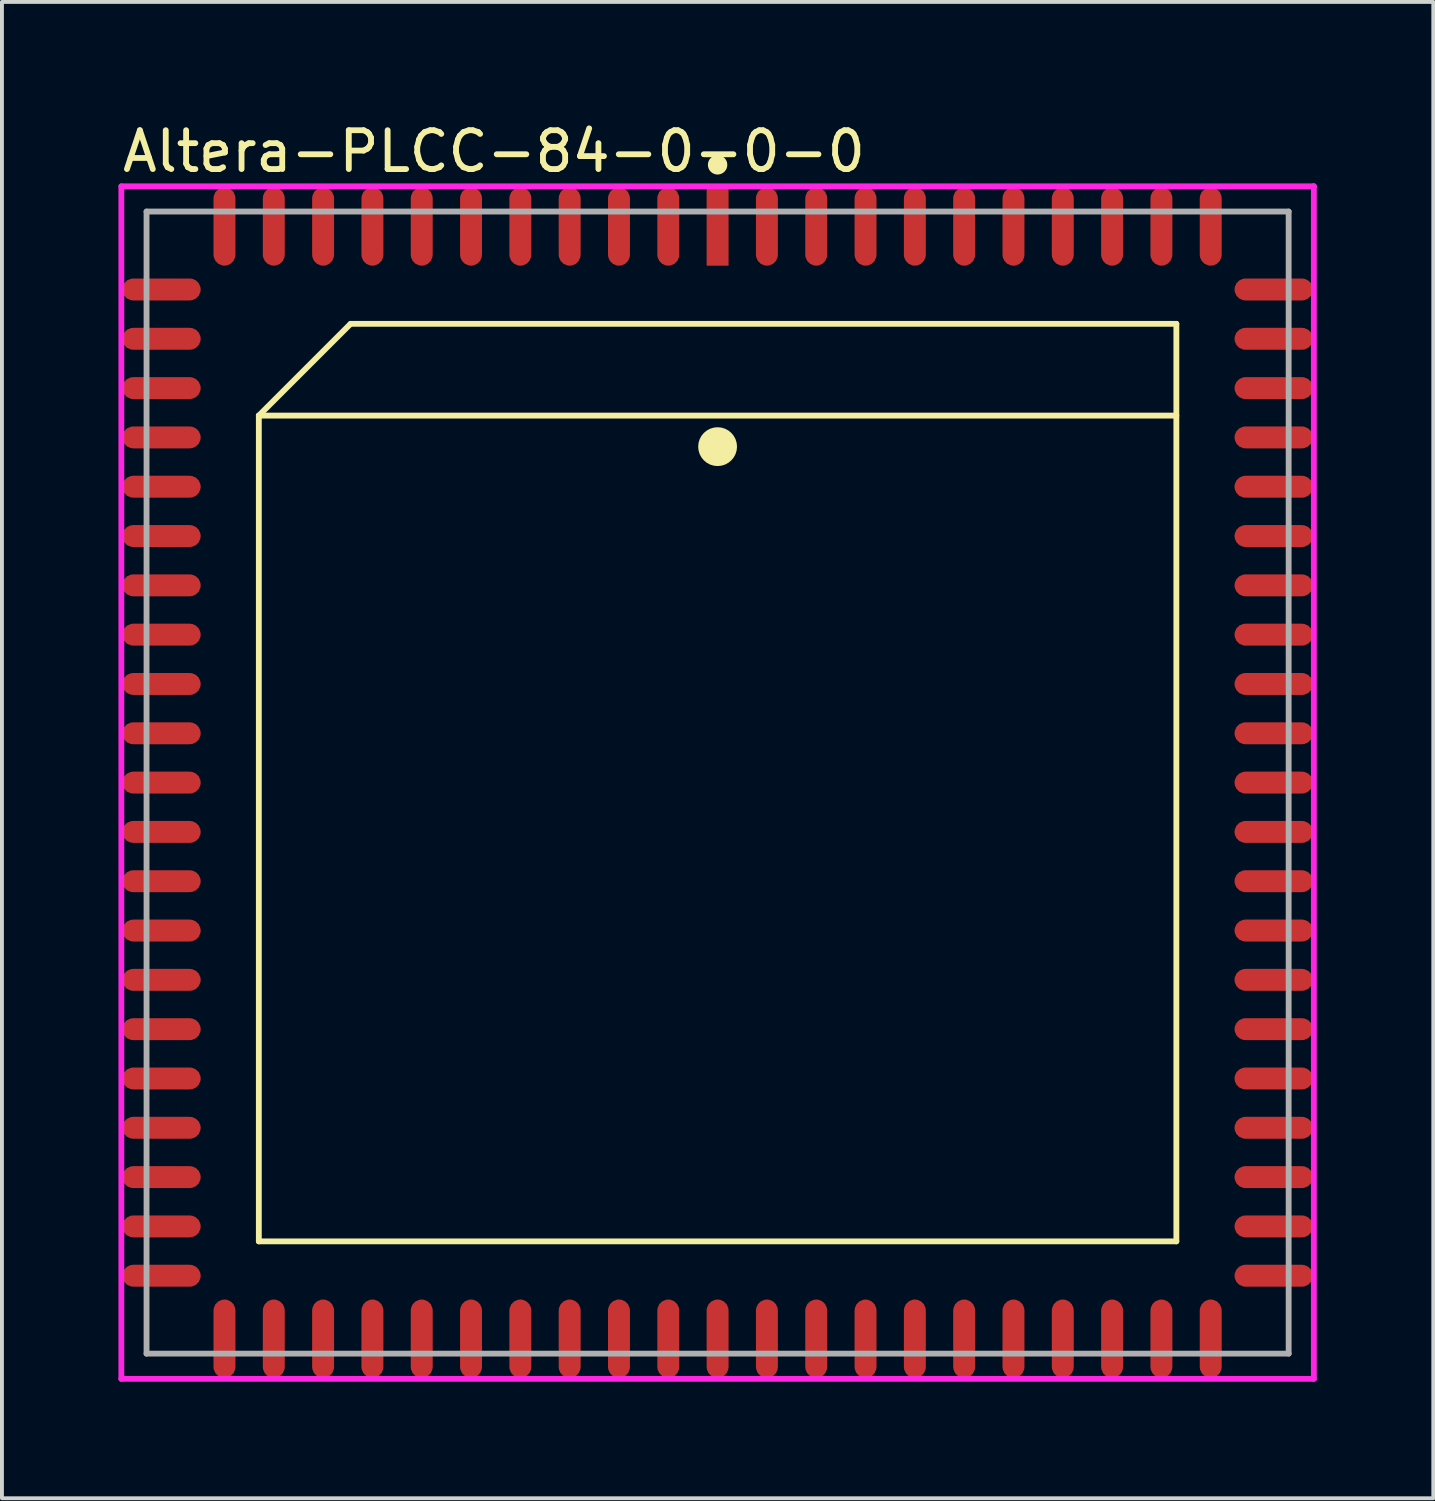
<source format=kicad_pcb>
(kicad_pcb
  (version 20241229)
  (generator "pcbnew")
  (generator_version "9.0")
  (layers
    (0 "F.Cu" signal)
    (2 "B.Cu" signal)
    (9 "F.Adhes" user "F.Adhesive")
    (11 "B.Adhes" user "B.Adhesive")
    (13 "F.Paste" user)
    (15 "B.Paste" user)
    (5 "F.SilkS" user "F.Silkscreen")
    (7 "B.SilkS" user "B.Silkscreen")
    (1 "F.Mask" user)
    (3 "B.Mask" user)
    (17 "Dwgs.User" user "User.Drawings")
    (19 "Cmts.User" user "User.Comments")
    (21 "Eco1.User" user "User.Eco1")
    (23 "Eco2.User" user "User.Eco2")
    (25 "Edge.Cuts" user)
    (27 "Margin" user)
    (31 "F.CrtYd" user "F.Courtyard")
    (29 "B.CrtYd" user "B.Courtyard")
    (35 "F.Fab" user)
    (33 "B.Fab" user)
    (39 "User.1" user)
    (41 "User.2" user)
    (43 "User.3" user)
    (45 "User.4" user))
  (footprint "Altera-PLCC-84-0-0-0"
    (layer "F.Cu")
    (at 15.431 17.105)
    (property "Reference" "Altera-PLCC-84-0-0-0" (at -15.406 -16.256 0) (layer "F.SilkS") (effects (font (size 1 1) (thickness 0.15)) (justify left)))
    (attr through_hole)
    (fp_line (start -11.815 -9.452) (end -11.815 11.815) (stroke (width 0.15) (type solid)) (layer "F.SilkS"))
    (fp_line (start -11.815 -9.452) (end 11.815 -9.452) (stroke (width 0.15) (type solid)) (layer "F.SilkS"))
    (fp_line (start -11.815 11.815) (end 11.815 11.815) (stroke (width 0.15) (type solid)) (layer "F.SilkS"))
    (fp_line (start -9.452 -11.815) (end -11.815 -9.452) (stroke (width 0.15) (type solid)) (layer "F.SilkS"))
    (fp_line (start 11.815 -11.815) (end -9.452 -11.815) (stroke (width 0.15) (type solid)) (layer "F.SilkS"))
    (fp_line (start 11.815 11.815) (end 11.815 -11.815) (stroke (width 0.15) (type solid)) (layer "F.SilkS"))
    (fp_circle (center 0 -15.91) (end 0.125 -15.91) (stroke (width 0.25) (type solid)) (fill no) (layer "F.SilkS"))
    (fp_circle (center 0 -8.652) (end 0.25 -8.652) (stroke (width 0.5) (type solid)) (fill no) (layer "F.SilkS"))
    (fp_line (start -15.356 -15.356) (end -15.356 15.356) (stroke (width 0.15) (type solid)) (layer "F.CrtYd"))
    (fp_line (start -15.356 15.356) (end 15.356 15.356) (stroke (width 0.15) (type solid)) (layer "F.CrtYd"))
    (fp_line (start 15.356 -15.356) (end -15.356 -15.356) (stroke (width 0.15) (type solid)) (layer "F.CrtYd"))
    (fp_line (start 15.356 -15.356) (end 15.356 -15.356) (stroke (width 0.15) (type solid)) (layer "F.CrtYd"))
    (fp_line (start 15.356 15.356) (end 15.356 -15.356) (stroke (width 0.15) (type solid)) (layer "F.CrtYd"))
    (fp_line (start -14.707 -14.707) (end 14.707 -14.707) (stroke (width 0.15) (type solid)) (layer "F.Fab"))
    (fp_line (start -14.707 14.707) (end -14.707 -14.707) (stroke (width 0.15) (type solid)) (layer "F.Fab"))
    (fp_line (start 14.707 -14.707) (end 14.707 14.707) (stroke (width 0.15) (type solid)) (layer "F.Fab"))
    (fp_line (start 14.707 14.707) (end -14.707 14.707) (stroke (width 0.15) (type solid)) (layer "F.Fab"))
    (pad "1" smd rect (at 0.000001 -14.322) (size 0.565 2.019) (layers "F.Cu" "F.Mask" "F.Paste"))
    (pad "2" smd roundrect (at -1.27 -14.322) (size 0.565 2.019) (layers "F.Cu" "F.Mask" "F.Paste") (roundrect_rratio 0.5))
    (pad "3" smd roundrect (at -2.54 -14.322) (size 0.565 2.019) (layers "F.Cu" "F.Mask" "F.Paste") (roundrect_rratio 0.5))
    (pad "4" smd roundrect (at -3.81 -14.322) (size 0.565 2.019) (layers "F.Cu" "F.Mask" "F.Paste") (roundrect_rratio 0.5))
    (pad "5" smd roundrect (at -5.08 -14.322) (size 0.565 2.019) (layers "F.Cu" "F.Mask" "F.Paste") (roundrect_rratio 0.5))
    (pad "6" smd roundrect (at -6.35 -14.322) (size 0.565 2.019) (layers "F.Cu" "F.Mask" "F.Paste") (roundrect_rratio 0.5))
    (pad "7" smd roundrect (at -7.62 -14.322) (size 0.565 2.019) (layers "F.Cu" "F.Mask" "F.Paste") (roundrect_rratio 0.5))
    (pad "8" smd roundrect (at -8.89 -14.322) (size 0.565 2.019) (layers "F.Cu" "F.Mask" "F.Paste") (roundrect_rratio 0.5))
    (pad "9" smd roundrect (at -10.16 -14.322) (size 0.565 2.019) (layers "F.Cu" "F.Mask" "F.Paste") (roundrect_rratio 0.5))
    (pad "10" smd roundrect (at -11.43 -14.322) (size 0.565 2.019) (layers "F.Cu" "F.Mask" "F.Paste") (roundrect_rratio 0.5))
    (pad "11" smd roundrect (at -12.7 -14.322) (size 0.565 2.019) (layers "F.Cu" "F.Mask" "F.Paste") (roundrect_rratio 0.5))
    (pad "12" smd roundrect (at -14.322 -12.7) (size 2.019 0.565) (layers "F.Cu" "F.Mask" "F.Paste") (roundrect_rratio 0.5))
    (pad "13" smd roundrect (at -14.322 -11.43) (size 2.019 0.565) (layers "F.Cu" "F.Mask" "F.Paste") (roundrect_rratio 0.5))
    (pad "14" smd roundrect (at -14.322 -10.16) (size 2.019 0.565) (layers "F.Cu" "F.Mask" "F.Paste") (roundrect_rratio 0.5))
    (pad "15" smd roundrect (at -14.322 -8.89) (size 2.019 0.565) (layers "F.Cu" "F.Mask" "F.Paste") (roundrect_rratio 0.5))
    (pad "16" smd roundrect (at -14.322 -7.62) (size 2.019 0.565) (layers "F.Cu" "F.Mask" "F.Paste") (roundrect_rratio 0.5))
    (pad "17" smd roundrect (at -14.322 -6.35) (size 2.019 0.565) (layers "F.Cu" "F.Mask" "F.Paste") (roundrect_rratio 0.5))
    (pad "18" smd roundrect (at -14.322 -5.08) (size 2.019 0.565) (layers "F.Cu" "F.Mask" "F.Paste") (roundrect_rratio 0.5))
    (pad "19" smd roundrect (at -14.322 -3.81) (size 2.019 0.565) (layers "F.Cu" "F.Mask" "F.Paste") (roundrect_rratio 0.5))
    (pad "20" smd roundrect (at -14.322 -2.54) (size 2.019 0.565) (layers "F.Cu" "F.Mask" "F.Paste") (roundrect_rratio 0.5))
    (pad "21" smd roundrect (at -14.322 -1.27) (size 2.019 0.565) (layers "F.Cu" "F.Mask" "F.Paste") (roundrect_rratio 0.5))
    (pad "22" smd roundrect (at -14.322 0.000001) (size 2.019 0.565) (layers "F.Cu" "F.Mask" "F.Paste") (roundrect_rratio 0.5))
    (pad "23" smd roundrect (at -14.322 1.27) (size 2.019 0.565) (layers "F.Cu" "F.Mask" "F.Paste") (roundrect_rratio 0.5))
    (pad "24" smd roundrect (at -14.322 2.54) (size 2.019 0.565) (layers "F.Cu" "F.Mask" "F.Paste") (roundrect_rratio 0.5))
    (pad "25" smd roundrect (at -14.322 3.81) (size 2.019 0.565) (layers "F.Cu" "F.Mask" "F.Paste") (roundrect_rratio 0.5))
    (pad "26" smd roundrect (at -14.322 5.08) (size 2.019 0.565) (layers "F.Cu" "F.Mask" "F.Paste") (roundrect_rratio 0.5))
    (pad "27" smd roundrect (at -14.322 6.35) (size 2.019 0.565) (layers "F.Cu" "F.Mask" "F.Paste") (roundrect_rratio 0.5))
    (pad "28" smd roundrect (at -14.322 7.62) (size 2.019 0.565) (layers "F.Cu" "F.Mask" "F.Paste") (roundrect_rratio 0.5))
    (pad "29" smd roundrect (at -14.322 8.89) (size 2.019 0.565) (layers "F.Cu" "F.Mask" "F.Paste") (roundrect_rratio 0.5))
    (pad "30" smd roundrect (at -14.322 10.16) (size 2.019 0.565) (layers "F.Cu" "F.Mask" "F.Paste") (roundrect_rratio 0.5))
    (pad "31" smd roundrect (at -14.322 11.43) (size 2.019 0.565) (layers "F.Cu" "F.Mask" "F.Paste") (roundrect_rratio 0.5))
    (pad "32" smd roundrect (at -14.322 12.7) (size 2.019 0.565) (layers "F.Cu" "F.Mask" "F.Paste") (roundrect_rratio 0.5))
    (pad "33" smd roundrect (at -12.7 14.322) (size 0.565 2.019) (layers "F.Cu" "F.Mask" "F.Paste") (roundrect_rratio 0.5))
    (pad "34" smd roundrect (at -11.43 14.322) (size 0.565 2.019) (layers "F.Cu" "F.Mask" "F.Paste") (roundrect_rratio 0.5))
    (pad "35" smd roundrect (at -10.16 14.322) (size 0.565 2.019) (layers "F.Cu" "F.Mask" "F.Paste") (roundrect_rratio 0.5))
    (pad "36" smd roundrect (at -8.89 14.322) (size 0.565 2.019) (layers "F.Cu" "F.Mask" "F.Paste") (roundrect_rratio 0.5))
    (pad "37" smd roundrect (at -7.62 14.322) (size 0.565 2.019) (layers "F.Cu" "F.Mask" "F.Paste") (roundrect_rratio 0.5))
    (pad "38" smd roundrect (at -6.35 14.322) (size 0.565 2.019) (layers "F.Cu" "F.Mask" "F.Paste") (roundrect_rratio 0.5))
    (pad "39" smd roundrect (at -5.08 14.322) (size 0.565 2.019) (layers "F.Cu" "F.Mask" "F.Paste") (roundrect_rratio 0.5))
    (pad "40" smd roundrect (at -3.81 14.322) (size 0.565 2.019) (layers "F.Cu" "F.Mask" "F.Paste") (roundrect_rratio 0.5))
    (pad "41" smd roundrect (at -2.54 14.322) (size 0.565 2.019) (layers "F.Cu" "F.Mask" "F.Paste") (roundrect_rratio 0.5))
    (pad "42" smd roundrect (at -1.27 14.322) (size 0.565 2.019) (layers "F.Cu" "F.Mask" "F.Paste") (roundrect_rratio 0.5))
    (pad "43" smd roundrect (at 0.000001 14.322) (size 0.565 2.019) (layers "F.Cu" "F.Mask" "F.Paste") (roundrect_rratio 0.5))
    (pad "44" smd roundrect (at 1.27 14.322) (size 0.565 2.019) (layers "F.Cu" "F.Mask" "F.Paste") (roundrect_rratio 0.5))
    (pad "45" smd roundrect (at 2.54 14.322) (size 0.565 2.019) (layers "F.Cu" "F.Mask" "F.Paste") (roundrect_rratio 0.5))
    (pad "46" smd roundrect (at 3.81 14.322) (size 0.565 2.019) (layers "F.Cu" "F.Mask" "F.Paste") (roundrect_rratio 0.5))
    (pad "47" smd roundrect (at 5.08 14.322) (size 0.565 2.019) (layers "F.Cu" "F.Mask" "F.Paste") (roundrect_rratio 0.5))
    (pad "48" smd roundrect (at 6.35 14.322) (size 0.565 2.019) (layers "F.Cu" "F.Mask" "F.Paste") (roundrect_rratio 0.5))
    (pad "49" smd roundrect (at 7.62 14.322) (size 0.565 2.019) (layers "F.Cu" "F.Mask" "F.Paste") (roundrect_rratio 0.5))
    (pad "50" smd roundrect (at 8.89 14.322) (size 0.565 2.019) (layers "F.Cu" "F.Mask" "F.Paste") (roundrect_rratio 0.5))
    (pad "51" smd roundrect (at 10.16 14.322) (size 0.565 2.019) (layers "F.Cu" "F.Mask" "F.Paste") (roundrect_rratio 0.5))
    (pad "52" smd roundrect (at 11.43 14.322) (size 0.565 2.019) (layers "F.Cu" "F.Mask" "F.Paste") (roundrect_rratio 0.5))
    (pad "53" smd roundrect (at 12.7 14.322) (size 0.565 2.019) (layers "F.Cu" "F.Mask" "F.Paste") (roundrect_rratio 0.5))
    (pad "54" smd roundrect (at 14.322 12.7) (size 2.019 0.565) (layers "F.Cu" "F.Mask" "F.Paste") (roundrect_rratio 0.5))
    (pad "55" smd roundrect (at 14.322 11.43) (size 2.019 0.565) (layers "F.Cu" "F.Mask" "F.Paste") (roundrect_rratio 0.5))
    (pad "56" smd roundrect (at 14.322 10.16) (size 2.019 0.565) (layers "F.Cu" "F.Mask" "F.Paste") (roundrect_rratio 0.5))
    (pad "57" smd roundrect (at 14.322 8.89) (size 2.019 0.565) (layers "F.Cu" "F.Mask" "F.Paste") (roundrect_rratio 0.5))
    (pad "58" smd roundrect (at 14.322 7.62) (size 2.019 0.565) (layers "F.Cu" "F.Mask" "F.Paste") (roundrect_rratio 0.5))
    (pad "59" smd roundrect (at 14.322 6.35) (size 2.019 0.565) (layers "F.Cu" "F.Mask" "F.Paste") (roundrect_rratio 0.5))
    (pad "60" smd roundrect (at 14.322 5.08) (size 2.019 0.565) (layers "F.Cu" "F.Mask" "F.Paste") (roundrect_rratio 0.5))
    (pad "61" smd roundrect (at 14.322 3.81) (size 2.019 0.565) (layers "F.Cu" "F.Mask" "F.Paste") (roundrect_rratio 0.5))
    (pad "62" smd roundrect (at 14.322 2.54) (size 2.019 0.565) (layers "F.Cu" "F.Mask" "F.Paste") (roundrect_rratio 0.5))
    (pad "63" smd roundrect (at 14.322 1.27) (size 2.019 0.565) (layers "F.Cu" "F.Mask" "F.Paste") (roundrect_rratio 0.5))
    (pad "64" smd roundrect (at 14.322 0.000001) (size 2.019 0.565) (layers "F.Cu" "F.Mask" "F.Paste") (roundrect_rratio 0.5))
    (pad "65" smd roundrect (at 14.322 -1.27) (size 2.019 0.565) (layers "F.Cu" "F.Mask" "F.Paste") (roundrect_rratio 0.5))
    (pad "66" smd roundrect (at 14.322 -2.54) (size 2.019 0.565) (layers "F.Cu" "F.Mask" "F.Paste") (roundrect_rratio 0.5))
    (pad "67" smd roundrect (at 14.322 -3.81) (size 2.019 0.565) (layers "F.Cu" "F.Mask" "F.Paste") (roundrect_rratio 0.5))
    (pad "68" smd roundrect (at 14.322 -5.08) (size 2.019 0.565) (layers "F.Cu" "F.Mask" "F.Paste") (roundrect_rratio 0.5))
    (pad "69" smd roundrect (at 14.322 -6.35) (size 2.019 0.565) (layers "F.Cu" "F.Mask" "F.Paste") (roundrect_rratio 0.5))
    (pad "70" smd roundrect (at 14.322 -7.62) (size 2.019 0.565) (layers "F.Cu" "F.Mask" "F.Paste") (roundrect_rratio 0.5))
    (pad "71" smd roundrect (at 14.322 -8.89) (size 2.019 0.565) (layers "F.Cu" "F.Mask" "F.Paste") (roundrect_rratio 0.5))
    (pad "72" smd roundrect (at 14.322 -10.16) (size 2.019 0.565) (layers "F.Cu" "F.Mask" "F.Paste") (roundrect_rratio 0.5))
    (pad "73" smd roundrect (at 14.322 -11.43) (size 2.019 0.565) (layers "F.Cu" "F.Mask" "F.Paste") (roundrect_rratio 0.5))
    (pad "74" smd roundrect (at 14.322 -12.7) (size 2.019 0.565) (layers "F.Cu" "F.Mask" "F.Paste") (roundrect_rratio 0.5))
    (pad "75" smd roundrect (at 12.7 -14.322) (size 0.565 2.019) (layers "F.Cu" "F.Mask" "F.Paste") (roundrect_rratio 0.5))
    (pad "76" smd roundrect (at 11.43 -14.322) (size 0.565 2.019) (layers "F.Cu" "F.Mask" "F.Paste") (roundrect_rratio 0.5))
    (pad "77" smd roundrect (at 10.16 -14.322) (size 0.565 2.019) (layers "F.Cu" "F.Mask" "F.Paste") (roundrect_rratio 0.5))
    (pad "78" smd roundrect (at 8.89 -14.322) (size 0.565 2.019) (layers "F.Cu" "F.Mask" "F.Paste") (roundrect_rratio 0.5))
    (pad "79" smd roundrect (at 7.62 -14.322) (size 0.565 2.019) (layers "F.Cu" "F.Mask" "F.Paste") (roundrect_rratio 0.5))
    (pad "80" smd roundrect (at 6.35 -14.322) (size 0.565 2.019) (layers "F.Cu" "F.Mask" "F.Paste") (roundrect_rratio 0.5))
    (pad "81" smd roundrect (at 5.08 -14.322) (size 0.565 2.019) (layers "F.Cu" "F.Mask" "F.Paste") (roundrect_rratio 0.5))
    (pad "82" smd roundrect (at 3.81 -14.322) (size 0.565 2.019) (layers "F.Cu" "F.Mask" "F.Paste") (roundrect_rratio 0.5))
    (pad "83" smd roundrect (at 2.54 -14.322) (size 0.565 2.019) (layers "F.Cu" "F.Mask" "F.Paste") (roundrect_rratio 0.5))
    (pad "84" smd roundrect (at 1.27 -14.322) (size 0.565 2.019) (layers "F.Cu" "F.Mask" "F.Paste") (roundrect_rratio 0.5)))
  (gr_rect
    (start -3 -3)
    (end 33.863 35.536)
    (stroke (width 0.1) (type default))
    (fill no)
    (layer "Edge.Cuts")))
</source>
